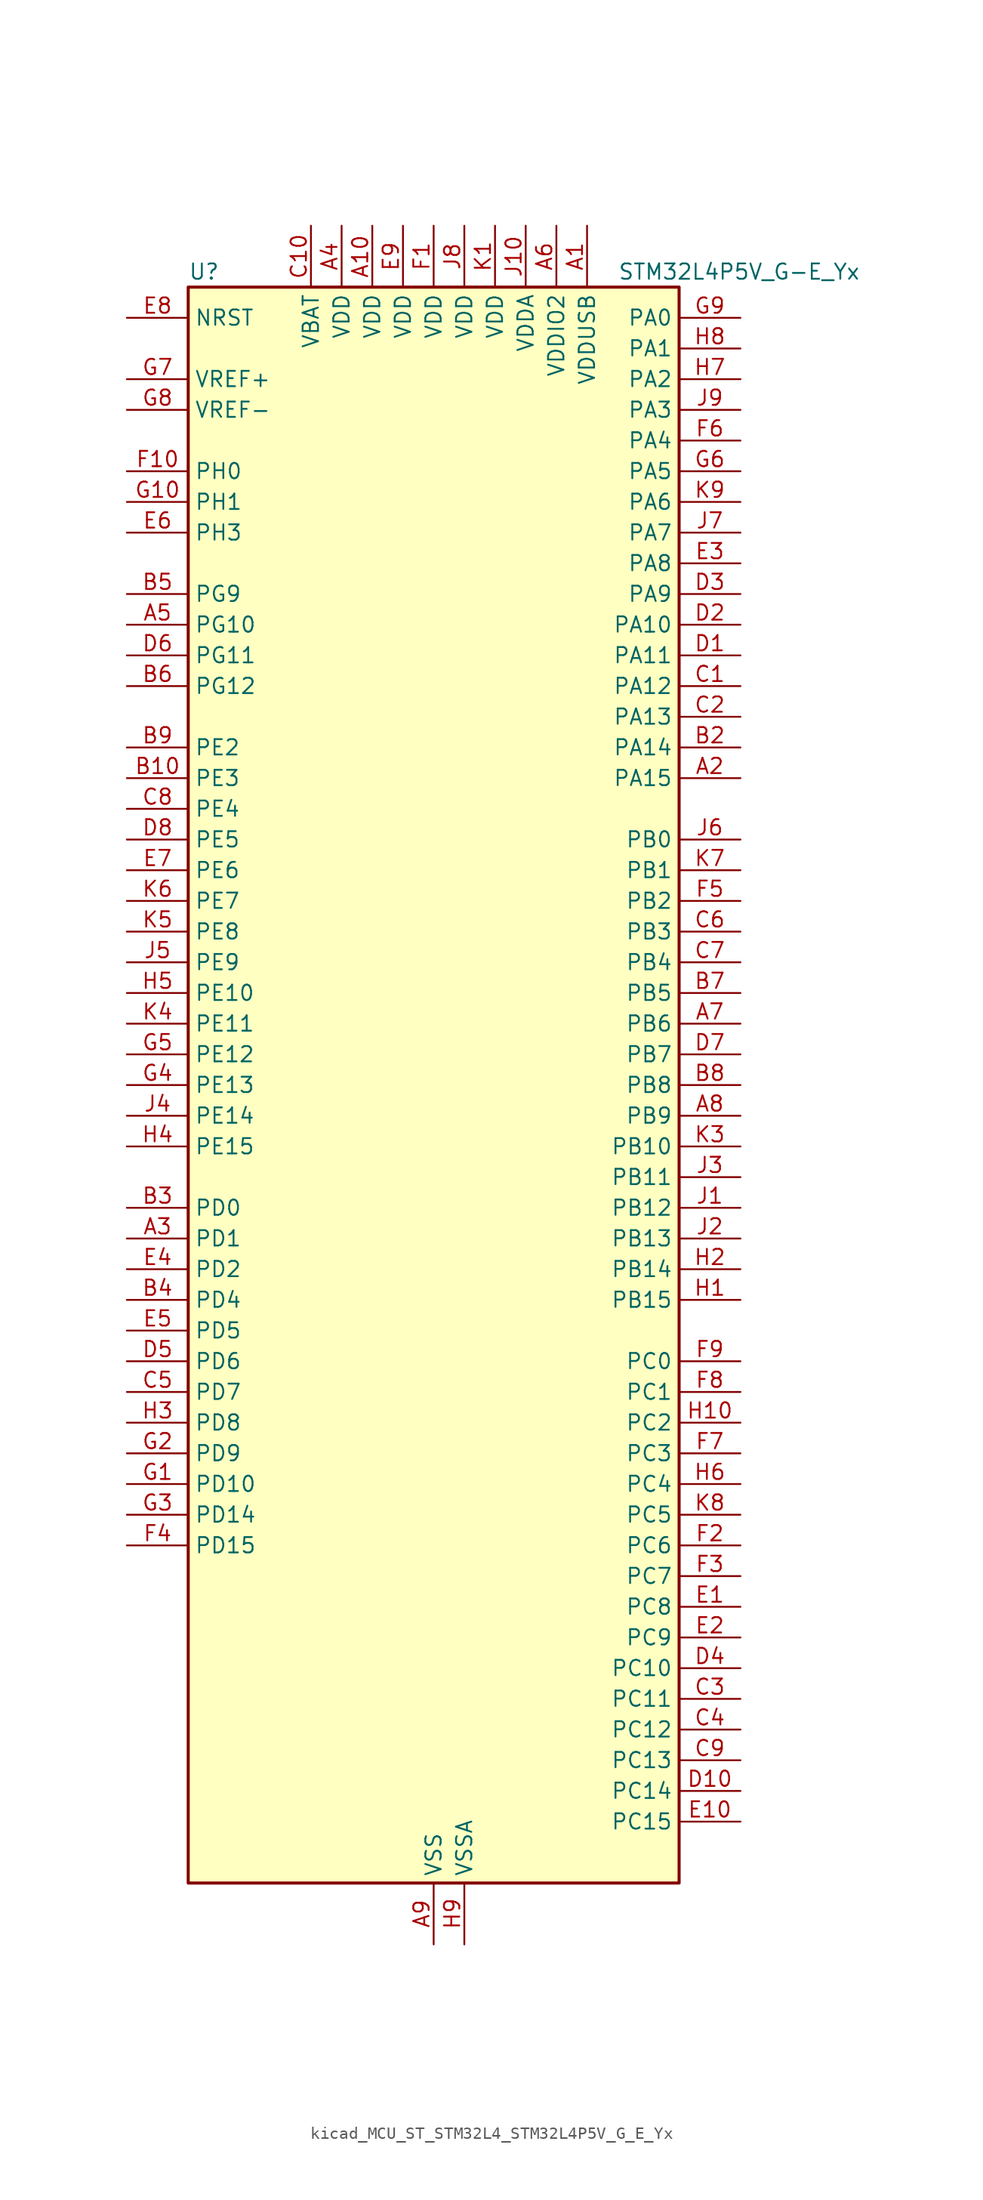
<source format=kicad_sym>
(kicad_symbol_lib
  (version 20220914)
  (generator kicad_symbol_editor)
  (symbol "kicad_MCU_ST_STM32L4_STM32L4P5V_G_E_Yx"
    (property "Reference" "U"
      (at -20.32 67.31 0)
      (effects (font (size 1.27 1.27)) (justify left)))
    (property "Value" "STM32L4P5V_G-E_Yx"
      (at 15.24 67.31 0)
      (effects (font (size 1.27 1.27)) (justify left)))
    (property "ki_locked" ""
      (at 0 0 0)
      (effects (font (size 1.27 1.27))))
    (symbol "kicad_MCU_ST_STM32L4_STM32L4P5V_G_E_Yx_0_1"
      (rectangle (start -20.32 -66.04) (end 20.32 66.04) (stroke (width 0.254) (type default)) (fill (type background))))
    (symbol "kicad_MCU_ST_STM32L4_STM32L4P5V_G_E_Yx_1_1"
      (pin power_in line (at 12.7 71.12 270) (length 5.08) (name "VDDUSB" (effects (font (size 1.27 1.27)))) (number "A1" (effects (font (size 1.27 1.27)))))
      (pin power_in line (at -5.08 71.12 270) (length 5.08) (name "VDD" (effects (font (size 1.27 1.27)))) (number "A10" (effects (font (size 1.27 1.27)))))
      (pin bidirectional line (at 25.4 25.4 180) (length 5.08) (name "PA15" (effects (font (size 1.27 1.27)))) (number "A2" (effects (font (size 1.27 1.27)))) (alternate "ADC1_EXTI15" bidirectional line) (alternate "ADC2_EXTI15" bidirectional line) (alternate "LTDC_HSYNC" bidirectional line) (alternate "SAI2_FS_B" bidirectional line) (alternate "SPI1_NSS" bidirectional line) (alternate "SPI3_NSS" bidirectional line) (alternate "SYS_JTDI" bidirectional line) (alternate "TIM2_CH1" bidirectional line) (alternate "TIM2_ETR" bidirectional line) (alternate "TSC_G3_IO1" bidirectional line) (alternate "UART4_DE" bidirectional line) (alternate "UART4_RTS" bidirectional line) (alternate "USART2_RX" bidirectional line) (alternate "USART3_DE" bidirectional line) (alternate "USART3_RTS" bidirectional line))
      (pin bidirectional line (at -25.4 -12.7 0) (length 5.08) (name "PD1" (effects (font (size 1.27 1.27)))) (number "A3" (effects (font (size 1.27 1.27)))) (alternate "CAN1_TX" bidirectional line) (alternate "FMC_D3" bidirectional line) (alternate "FMC_DA3" bidirectional line) (alternate "LTDC_B5" bidirectional line) (alternate "SPI2_SCK" bidirectional line))
      (pin power_in line (at -7.62 71.12 270) (length 5.08) (name "VDD" (effects (font (size 1.27 1.27)))) (number "A4" (effects (font (size 1.27 1.27)))))
      (pin bidirectional line (at -25.4 38.1 0) (length 5.08) (name "PG10" (effects (font (size 1.27 1.27)))) (number "A5" (effects (font (size 1.27 1.27)))) (alternate "FMC_NE3" bidirectional line) (alternate "LPTIM1_IN1" bidirectional line) (alternate "OCTOSPIM_P2_IO7" bidirectional line) (alternate "SAI2_FS_A" bidirectional line) (alternate "SDMMC2_D1" bidirectional line) (alternate "SPI3_MISO" bidirectional line) (alternate "TIM15_CH1" bidirectional line) (alternate "USART1_RX" bidirectional line))
      (pin power_in line (at 10.16 71.12 270) (length 5.08) (name "VDDIO2" (effects (font (size 1.27 1.27)))) (number "A6" (effects (font (size 1.27 1.27)))))
      (pin bidirectional line (at 25.4 5.08 180) (length 5.08) (name "PB6" (effects (font (size 1.27 1.27)))) (number "A7" (effects (font (size 1.27 1.27)))) (alternate "COMP2_INP" bidirectional line) (alternate "DCMI_D5" bidirectional line) (alternate "I2C1_SCL" bidirectional line) (alternate "I2C4_SCL" bidirectional line) (alternate "LPTIM1_ETR" bidirectional line) (alternate "LTDC_R6" bidirectional line) (alternate "PSSI_D5" bidirectional line) (alternate "SAI1_FS_B" bidirectional line) (alternate "TIM16_CH1N" bidirectional line) (alternate "TIM4_CH1" bidirectional line) (alternate "TIM8_BKIN2" bidirectional line) (alternate "TSC_G2_IO3" bidirectional line) (alternate "USART1_TX" bidirectional line))
      (pin bidirectional line (at 25.4 -2.54 180) (length 5.08) (name "PB9" (effects (font (size 1.27 1.27)))) (number "A8" (effects (font (size 1.27 1.27)))) (alternate "CAN1_TX" bidirectional line) (alternate "DAC1_EXTI9" bidirectional line) (alternate "DCMI_D7" bidirectional line) (alternate "I2C1_SDA" bidirectional line) (alternate "IR_OUT" bidirectional line) (alternate "PSSI_D7" bidirectional line) (alternate "SAI1_D2" bidirectional line) (alternate "SAI1_FS_A" bidirectional line) (alternate "SDMMC1_CDIR" bidirectional line) (alternate "SDMMC1_D5" bidirectional line) (alternate "SDMMC2_D5" bidirectional line) (alternate "SPI2_NSS" bidirectional line) (alternate "TIM17_CH1" bidirectional line) (alternate "TIM4_CH4" bidirectional line))
      (pin power_in line (at 0 -71.12 90) (length 5.08) (name "VSS" (effects (font (size 1.27 1.27)))) (number "A9" (effects (font (size 1.27 1.27)))))
      (pin passive line (at 0 -71.12 90) (length 5.08) hide (name "VSS" (effects (font (size 1.27 1.27)))) (number "B1" (effects (font (size 1.27 1.27)))))
      (pin bidirectional line (at -25.4 25.4 0) (length 5.08) (name "PE3" (effects (font (size 1.27 1.27)))) (number "B10" (effects (font (size 1.27 1.27)))) (alternate "FMC_A19" bidirectional line) (alternate "LTDC_R6" bidirectional line) (alternate "OCTOSPIM_P1_DQS" bidirectional line) (alternate "SAI1_SD_B" bidirectional line) (alternate "SYS_TRACED0" bidirectional line) (alternate "TIM3_CH1" bidirectional line) (alternate "TSC_G7_IO2" bidirectional line))
      (pin bidirectional line (at 25.4 27.94 180) (length 5.08) (name "PA14" (effects (font (size 1.27 1.27)))) (number "B2" (effects (font (size 1.27 1.27)))) (alternate "I2C1_SMBA" bidirectional line) (alternate "I2C4_SMBA" bidirectional line) (alternate "LPTIM1_OUT" bidirectional line) (alternate "SAI1_FS_B" bidirectional line) (alternate "SYS_JTCK-SWCLK" bidirectional line) (alternate "USB_OTG_FS_SOF" bidirectional line))
      (pin bidirectional line (at -25.4 -10.16 0) (length 5.08) (name "PD0" (effects (font (size 1.27 1.27)))) (number "B3" (effects (font (size 1.27 1.27)))) (alternate "CAN1_RX" bidirectional line) (alternate "FMC_D2" bidirectional line) (alternate "FMC_DA2" bidirectional line) (alternate "LTDC_B4" bidirectional line) (alternate "SPI2_NSS" bidirectional line))
      (pin bidirectional line (at -25.4 -17.78 0) (length 5.08) (name "PD4" (effects (font (size 1.27 1.27)))) (number "B4" (effects (font (size 1.27 1.27)))) (alternate "DFSDM1_CKIN0" bidirectional line) (alternate "FMC_NOE" bidirectional line) (alternate "OCTOSPIM_P1_IO4" bidirectional line) (alternate "SDMMC2_CKIN" bidirectional line) (alternate "SPI2_MOSI" bidirectional line) (alternate "USART2_DE" bidirectional line) (alternate "USART2_RTS" bidirectional line))
      (pin bidirectional line (at -25.4 40.64 0) (length 5.08) (name "PG9" (effects (font (size 1.27 1.27)))) (number "B5" (effects (font (size 1.27 1.27)))) (alternate "DAC1_EXTI9" bidirectional line) (alternate "FMC_NCE" bidirectional line) (alternate "FMC_NE2" bidirectional line) (alternate "OCTOSPIM_P2_IO6" bidirectional line) (alternate "SAI2_SCK_A" bidirectional line) (alternate "SDMMC2_D0" bidirectional line) (alternate "SPI3_SCK" bidirectional line) (alternate "TIM15_CH1N" bidirectional line) (alternate "USART1_TX" bidirectional line))
      (pin bidirectional line (at -25.4 33.02 0) (length 5.08) (name "PG12" (effects (font (size 1.27 1.27)))) (number "B6" (effects (font (size 1.27 1.27)))) (alternate "FMC_NE4" bidirectional line) (alternate "LPTIM1_ETR" bidirectional line) (alternate "OCTOSPIM_P2_NCS" bidirectional line) (alternate "SAI2_SD_A" bidirectional line) (alternate "SDMMC2_D3" bidirectional line) (alternate "SPI3_NSS" bidirectional line) (alternate "USART1_DE" bidirectional line) (alternate "USART1_RTS" bidirectional line))
      (pin bidirectional line (at 25.4 7.62 180) (length 5.08) (name "PB5" (effects (font (size 1.27 1.27)))) (number "B7" (effects (font (size 1.27 1.27)))) (alternate "COMP2_OUT" bidirectional line) (alternate "DCMI_D10" bidirectional line) (alternate "I2C1_SMBA" bidirectional line) (alternate "LPTIM1_IN1" bidirectional line) (alternate "OCTOSPIM_P1_IO0" bidirectional line) (alternate "PSSI_D10" bidirectional line) (alternate "SAI1_SD_B" bidirectional line) (alternate "SPI1_MOSI" bidirectional line) (alternate "SPI3_MOSI" bidirectional line) (alternate "TIM16_BKIN" bidirectional line) (alternate "TIM3_CH2" bidirectional line) (alternate "TSC_G2_IO2" bidirectional line) (alternate "UART5_CTS" bidirectional line) (alternate "USART1_CK" bidirectional line))
      (pin bidirectional line (at 25.4 0 180) (length 5.08) (name "PB8" (effects (font (size 1.27 1.27)))) (number "B8" (effects (font (size 1.27 1.27)))) (alternate "CAN1_RX" bidirectional line) (alternate "DCMI_D6" bidirectional line) (alternate "DFSDM1_CKOUT" bidirectional line) (alternate "I2C1_SCL" bidirectional line) (alternate "LTDC_DE" bidirectional line) (alternate "PSSI_D6" bidirectional line) (alternate "SAI1_CK1" bidirectional line) (alternate "SAI1_MCLK_A" bidirectional line) (alternate "SDMMC1_CKIN" bidirectional line) (alternate "SDMMC1_D4" bidirectional line) (alternate "SDMMC2_D4" bidirectional line) (alternate "TIM16_CH1" bidirectional line) (alternate "TIM4_CH3" bidirectional line))
      (pin bidirectional line (at -25.4 27.94 0) (length 5.08) (name "PE2" (effects (font (size 1.27 1.27)))) (number "B9" (effects (font (size 1.27 1.27)))) (alternate "FMC_A23" bidirectional line) (alternate "LTDC_R7" bidirectional line) (alternate "SAI1_CK1" bidirectional line) (alternate "SAI1_MCLK_A" bidirectional line) (alternate "SYS_TRACECLK" bidirectional line) (alternate "TIM3_ETR" bidirectional line) (alternate "TSC_G7_IO1" bidirectional line))
      (pin bidirectional line (at 25.4 33.02 180) (length 5.08) (name "PA12" (effects (font (size 1.27 1.27)))) (number "C1" (effects (font (size 1.27 1.27)))) (alternate "CAN1_TX" bidirectional line) (alternate "LTDC_VSYNC" bidirectional line) (alternate "OCTOSPIM_P2_NCS" bidirectional line) (alternate "SPI1_MOSI" bidirectional line) (alternate "TIM1_ETR" bidirectional line) (alternate "USART1_DE" bidirectional line) (alternate "USART1_RTS" bidirectional line) (alternate "USB_OTG_FS_DP" bidirectional line))
      (pin power_in line (at -10.16 71.12 270) (length 5.08) (name "VBAT" (effects (font (size 1.27 1.27)))) (number "C10" (effects (font (size 1.27 1.27)))))
      (pin bidirectional line (at 25.4 30.48 180) (length 5.08) (name "PA13" (effects (font (size 1.27 1.27)))) (number "C2" (effects (font (size 1.27 1.27)))) (alternate "IR_OUT" bidirectional line) (alternate "SAI1_SD_B" bidirectional line) (alternate "SYS_JTMS-SWDIO" bidirectional line) (alternate "USB_OTG_FS_NOE" bidirectional line))
      (pin bidirectional line (at 25.4 -50.8 180) (length 5.08) (name "PC11" (effects (font (size 1.27 1.27)))) (number "C3" (effects (font (size 1.27 1.27)))) (alternate "ADC1_EXTI11" bidirectional line) (alternate "ADC2_EXTI11" bidirectional line) (alternate "DCMI_D2" bidirectional line) (alternate "DCMI_D4" bidirectional line) (alternate "OCTOSPIM_P1_NCS" bidirectional line) (alternate "PSSI_D2" bidirectional line) (alternate "PSSI_D4" bidirectional line) (alternate "SAI2_MCLK_B" bidirectional line) (alternate "SDMMC1_D3" bidirectional line) (alternate "SPI3_MISO" bidirectional line) (alternate "TSC_G3_IO3" bidirectional line) (alternate "UART4_RX" bidirectional line) (alternate "USART3_RX" bidirectional line))
      (pin bidirectional line (at 25.4 -53.34 180) (length 5.08) (name "PC12" (effects (font (size 1.27 1.27)))) (number "C4" (effects (font (size 1.27 1.27)))) (alternate "DCMI_D9" bidirectional line) (alternate "LTDC_R6" bidirectional line) (alternate "PSSI_D9" bidirectional line) (alternate "SAI2_SD_B" bidirectional line) (alternate "SDMMC1_CK" bidirectional line) (alternate "SPI3_MOSI" bidirectional line) (alternate "SYS_TRACED3" bidirectional line) (alternate "TSC_G3_IO4" bidirectional line) (alternate "UART5_TX" bidirectional line) (alternate "USART3_CK" bidirectional line))
      (pin bidirectional line (at -25.4 -25.4 0) (length 5.08) (name "PD7" (effects (font (size 1.27 1.27)))) (number "C5" (effects (font (size 1.27 1.27)))) (alternate "DFSDM1_CKIN1" bidirectional line) (alternate "FMC_NCE" bidirectional line) (alternate "FMC_NE1" bidirectional line) (alternate "OCTOSPIM_P1_IO7" bidirectional line) (alternate "SDMMC2_CMD" bidirectional line) (alternate "USART2_CK" bidirectional line))
      (pin bidirectional line (at 25.4 12.7 180) (length 5.08) (name "PB3" (effects (font (size 1.27 1.27)))) (number "C6" (effects (font (size 1.27 1.27)))) (alternate "COMP2_INM" bidirectional line) (alternate "CRS_SYNC" bidirectional line) (alternate "OCTOSPIM_P1_IO4" bidirectional line) (alternate "SAI1_SCK_B" bidirectional line) (alternate "SDMMC2_D2" bidirectional line) (alternate "SPI1_SCK" bidirectional line) (alternate "SPI3_SCK" bidirectional line) (alternate "SYS_JTDO-SWO" bidirectional line) (alternate "TIM2_CH2" bidirectional line) (alternate "USART1_DE" bidirectional line) (alternate "USART1_RTS" bidirectional line))
      (pin bidirectional line (at 25.4 10.16 180) (length 5.08) (name "PB4" (effects (font (size 1.27 1.27)))) (number "C7" (effects (font (size 1.27 1.27)))) (alternate "COMP2_INP" bidirectional line) (alternate "DCMI_D12" bidirectional line) (alternate "I2C3_SDA" bidirectional line) (alternate "OCTOSPIM_P1_IO5" bidirectional line) (alternate "PSSI_D12" bidirectional line) (alternate "SAI1_MCLK_B" bidirectional line) (alternate "SDMMC2_D3" bidirectional line) (alternate "SPI1_MISO" bidirectional line) (alternate "SPI3_MISO" bidirectional line) (alternate "SYS_JTRST" bidirectional line) (alternate "TIM17_BKIN" bidirectional line) (alternate "TIM3_CH1" bidirectional line) (alternate "TSC_G2_IO1" bidirectional line) (alternate "UART5_DE" bidirectional line) (alternate "UART5_RTS" bidirectional line) (alternate "USART1_CTS" bidirectional line) (alternate "USART1_NSS" bidirectional line))
      (pin bidirectional line (at -25.4 22.86 0) (length 5.08) (name "PE4" (effects (font (size 1.27 1.27)))) (number "C8" (effects (font (size 1.27 1.27)))) (alternate "DCMI_D4" bidirectional line) (alternate "DFSDM1_DATIN3" bidirectional line) (alternate "FMC_A20" bidirectional line) (alternate "LTDC_B7" bidirectional line) (alternate "PSSI_D4" bidirectional line) (alternate "SAI1_D2" bidirectional line) (alternate "SAI1_FS_A" bidirectional line) (alternate "SYS_TRACED1" bidirectional line) (alternate "TIM3_CH2" bidirectional line) (alternate "TSC_G7_IO3" bidirectional line))
      (pin bidirectional line (at 25.4 -55.88 180) (length 5.08) (name "PC13" (effects (font (size 1.27 1.27)))) (number "C9" (effects (font (size 1.27 1.27)))) (alternate "RTC_OUT1" bidirectional line) (alternate "RTC_TAMP1" bidirectional line) (alternate "RTC_TS" bidirectional line) (alternate "SYS_WKUP2" bidirectional line))
      (pin bidirectional line (at 25.4 35.56 180) (length 5.08) (name "PA11" (effects (font (size 1.27 1.27)))) (number "D1" (effects (font (size 1.27 1.27)))) (alternate "ADC1_EXTI11" bidirectional line) (alternate "ADC2_EXTI11" bidirectional line) (alternate "CAN1_RX" bidirectional line) (alternate "LTDC_DE" bidirectional line) (alternate "SPI1_MISO" bidirectional line) (alternate "TIM1_BKIN2" bidirectional line) (alternate "TIM1_CH4" bidirectional line) (alternate "USART1_CTS" bidirectional line) (alternate "USART1_NSS" bidirectional line) (alternate "USB_OTG_FS_DM" bidirectional line))
      (pin bidirectional line (at 25.4 -58.42 180) (length 5.08) (name "PC14" (effects (font (size 1.27 1.27)))) (number "D10" (effects (font (size 1.27 1.27)))) (alternate "RCC_OSC32_IN" bidirectional line))
      (pin bidirectional line (at 25.4 38.1 180) (length 5.08) (name "PA10" (effects (font (size 1.27 1.27)))) (number "D2" (effects (font (size 1.27 1.27)))) (alternate "DCMI_D1" bidirectional line) (alternate "LTDC_G6" bidirectional line) (alternate "PSSI_D1" bidirectional line) (alternate "SAI1_D1" bidirectional line) (alternate "SAI1_SD_A" bidirectional line) (alternate "TIM17_BKIN" bidirectional line) (alternate "TIM1_CH3" bidirectional line) (alternate "USART1_RX" bidirectional line) (alternate "USB_OTG_FS_ID" bidirectional line))
      (pin bidirectional line (at 25.4 40.64 180) (length 5.08) (name "PA9" (effects (font (size 1.27 1.27)))) (number "D3" (effects (font (size 1.27 1.27)))) (alternate "DAC1_EXTI9" bidirectional line) (alternate "DCMI_D0" bidirectional line) (alternate "LTDC_G7" bidirectional line) (alternate "PSSI_D0" bidirectional line) (alternate "SAI1_FS_A" bidirectional line) (alternate "SPI2_SCK" bidirectional line) (alternate "TIM15_BKIN" bidirectional line) (alternate "TIM1_CH2" bidirectional line) (alternate "USART1_TX" bidirectional line) (alternate "USB_OTG_FS_VBUS" bidirectional line))
      (pin bidirectional line (at 25.4 -48.26 180) (length 5.08) (name "PC10" (effects (font (size 1.27 1.27)))) (number "D4" (effects (font (size 1.27 1.27)))) (alternate "DCMI_D8" bidirectional line) (alternate "DCMI_VSYNC" bidirectional line) (alternate "PSSI_D8" bidirectional line) (alternate "PSSI_RDY" bidirectional line) (alternate "SAI2_SCK_B" bidirectional line) (alternate "SDMMC1_D2" bidirectional line) (alternate "SPI3_SCK" bidirectional line) (alternate "SYS_TRACED1" bidirectional line) (alternate "TSC_G3_IO2" bidirectional line) (alternate "UART4_TX" bidirectional line) (alternate "USART3_TX" bidirectional line))
      (pin bidirectional line (at -25.4 -22.86 0) (length 5.08) (name "PD6" (effects (font (size 1.27 1.27)))) (number "D5" (effects (font (size 1.27 1.27)))) (alternate "DCMI_D10" bidirectional line) (alternate "DFSDM1_DATIN1" bidirectional line) (alternate "FMC_NWAIT" bidirectional line) (alternate "LTDC_DE" bidirectional line) (alternate "OCTOSPIM_P1_IO6" bidirectional line) (alternate "PSSI_D10" bidirectional line) (alternate "SAI1_D1" bidirectional line) (alternate "SAI1_SD_A" bidirectional line) (alternate "SDMMC2_CK" bidirectional line) (alternate "SPI3_MOSI" bidirectional line) (alternate "USART2_RX" bidirectional line))
      (pin bidirectional line (at -25.4 35.56 0) (length 5.08) (name "PG11" (effects (font (size 1.27 1.27)))) (number "D6" (effects (font (size 1.27 1.27)))) (alternate "ADC1_EXTI11" bidirectional line) (alternate "ADC2_EXTI11" bidirectional line) (alternate "LPTIM1_IN2" bidirectional line) (alternate "OCTOSPIM_P1_IO5" bidirectional line) (alternate "SAI2_MCLK_A" bidirectional line) (alternate "SDMMC2_D2" bidirectional line) (alternate "SPI3_MOSI" bidirectional line) (alternate "TIM15_CH2" bidirectional line) (alternate "USART1_CTS" bidirectional line) (alternate "USART1_NSS" bidirectional line))
      (pin bidirectional line (at 25.4 2.54 180) (length 5.08) (name "PB7" (effects (font (size 1.27 1.27)))) (number "D7" (effects (font (size 1.27 1.27)))) (alternate "COMP2_INM" bidirectional line) (alternate "DCMI_VSYNC" bidirectional line) (alternate "FMC_NL" bidirectional line) (alternate "I2C1_SDA" bidirectional line) (alternate "I2C4_SDA" bidirectional line) (alternate "LPTIM1_IN2" bidirectional line) (alternate "LTDC_VSYNC" bidirectional line) (alternate "PSSI_RDY" bidirectional line) (alternate "SYS_PVD_IN" bidirectional line) (alternate "TIM17_CH1N" bidirectional line) (alternate "TIM4_CH2" bidirectional line) (alternate "TIM8_BKIN" bidirectional line) (alternate "TSC_G2_IO4" bidirectional line) (alternate "UART4_CTS" bidirectional line) (alternate "USART1_RX" bidirectional line))
      (pin bidirectional line (at -25.4 20.32 0) (length 5.08) (name "PE5" (effects (font (size 1.27 1.27)))) (number "D8" (effects (font (size 1.27 1.27)))) (alternate "DCMI_D6" bidirectional line) (alternate "DFSDM1_CKIN3" bidirectional line) (alternate "FMC_A21" bidirectional line) (alternate "LTDC_G7" bidirectional line) (alternate "PSSI_D6" bidirectional line) (alternate "SAI1_CK2" bidirectional line) (alternate "SAI1_SCK_A" bidirectional line) (alternate "SYS_TRACED2" bidirectional line) (alternate "TIM3_CH3" bidirectional line) (alternate "TSC_G7_IO4" bidirectional line))
      (pin passive line (at 0 -71.12 90) (length 5.08) hide (name "VSS" (effects (font (size 1.27 1.27)))) (number "D9" (effects (font (size 1.27 1.27)))))
      (pin bidirectional line (at 25.4 -43.18 180) (length 5.08) (name "PC8" (effects (font (size 1.27 1.27)))) (number "E1" (effects (font (size 1.27 1.27)))) (alternate "DCMI_D2" bidirectional line) (alternate "PSSI_D2" bidirectional line) (alternate "SDMMC1_D0" bidirectional line) (alternate "TIM3_CH3" bidirectional line) (alternate "TIM8_CH3" bidirectional line) (alternate "TSC_G4_IO3" bidirectional line))
      (pin bidirectional line (at 25.4 -60.96 180) (length 5.08) (name "PC15" (effects (font (size 1.27 1.27)))) (number "E10" (effects (font (size 1.27 1.27)))) (alternate "ADC1_EXTI15" bidirectional line) (alternate "ADC2_EXTI15" bidirectional line) (alternate "RCC_OSC32_OUT" bidirectional line))
      (pin bidirectional line (at 25.4 -45.72 180) (length 5.08) (name "PC9" (effects (font (size 1.27 1.27)))) (number "E2" (effects (font (size 1.27 1.27)))) (alternate "DAC1_EXTI9" bidirectional line) (alternate "DCMI_D3" bidirectional line) (alternate "I2C3_SDA" bidirectional line) (alternate "PSSI_D3" bidirectional line) (alternate "SAI2_EXTCLK" bidirectional line) (alternate "SDMMC1_D1" bidirectional line) (alternate "SYS_TRACED0" bidirectional line) (alternate "TIM3_CH4" bidirectional line) (alternate "TIM8_BKIN2" bidirectional line) (alternate "TIM8_CH4" bidirectional line) (alternate "TSC_G4_IO4" bidirectional line) (alternate "USB_OTG_FS_NOE" bidirectional line))
      (pin bidirectional line (at 25.4 43.18 180) (length 5.08) (name "PA8" (effects (font (size 1.27 1.27)))) (number "E3" (effects (font (size 1.27 1.27)))) (alternate "LPTIM2_OUT" bidirectional line) (alternate "LTDC_B7" bidirectional line) (alternate "RCC_MCO" bidirectional line) (alternate "SAI1_CK2" bidirectional line) (alternate "SAI1_SCK_A" bidirectional line) (alternate "TIM1_CH1" bidirectional line) (alternate "USART1_CK" bidirectional line) (alternate "USB_OTG_FS_SOF" bidirectional line))
      (pin bidirectional line (at -25.4 -15.24 0) (length 5.08) (name "PD2" (effects (font (size 1.27 1.27)))) (number "E4" (effects (font (size 1.27 1.27)))) (alternate "DCMI_D11" bidirectional line) (alternate "PSSI_D11" bidirectional line) (alternate "SDMMC1_CMD" bidirectional line) (alternate "SYS_TRACED2" bidirectional line) (alternate "TIM3_ETR" bidirectional line) (alternate "TSC_SYNC" bidirectional line) (alternate "UART5_RX" bidirectional line) (alternate "USART3_DE" bidirectional line) (alternate "USART3_RTS" bidirectional line))
      (pin bidirectional line (at -25.4 -20.32 0) (length 5.08) (name "PD5" (effects (font (size 1.27 1.27)))) (number "E5" (effects (font (size 1.27 1.27)))) (alternate "FMC_NWE" bidirectional line) (alternate "OCTOSPIM_P1_IO5" bidirectional line) (alternate "USART2_TX" bidirectional line))
      (pin bidirectional line (at -25.4 45.72 0) (length 5.08) (name "PH3" (effects (font (size 1.27 1.27)))) (number "E6" (effects (font (size 1.27 1.27)))))
      (pin bidirectional line (at -25.4 17.78 0) (length 5.08) (name "PE6" (effects (font (size 1.27 1.27)))) (number "E7" (effects (font (size 1.27 1.27)))) (alternate "DCMI_D7" bidirectional line) (alternate "FMC_A22" bidirectional line) (alternate "LTDC_G6" bidirectional line) (alternate "PSSI_D7" bidirectional line) (alternate "RTC_TAMP3" bidirectional line) (alternate "SAI1_D1" bidirectional line) (alternate "SAI1_SD_A" bidirectional line) (alternate "SYS_TRACED3" bidirectional line) (alternate "SYS_WKUP3" bidirectional line) (alternate "TIM3_CH4" bidirectional line))
      (pin input line (at -25.4 63.5 0) (length 5.08) (name "NRST" (effects (font (size 1.27 1.27)))) (number "E8" (effects (font (size 1.27 1.27)))))
      (pin power_in line (at -2.54 71.12 270) (length 5.08) (name "VDD" (effects (font (size 1.27 1.27)))) (number "E9" (effects (font (size 1.27 1.27)))))
      (pin power_in line (at 0 71.12 270) (length 5.08) (name "VDD" (effects (font (size 1.27 1.27)))) (number "F1" (effects (font (size 1.27 1.27)))))
      (pin bidirectional line (at -25.4 50.8 0) (length 5.08) (name "PH0" (effects (font (size 1.27 1.27)))) (number "F10" (effects (font (size 1.27 1.27)))) (alternate "RCC_OSC_IN" bidirectional line))
      (pin bidirectional line (at 25.4 -38.1 180) (length 5.08) (name "PC6" (effects (font (size 1.27 1.27)))) (number "F2" (effects (font (size 1.27 1.27)))) (alternate "DCMI_D0" bidirectional line) (alternate "DFSDM1_CKIN3" bidirectional line) (alternate "LTDC_G7" bidirectional line) (alternate "PSSI_D0" bidirectional line) (alternate "SAI2_MCLK_A" bidirectional line) (alternate "SDMMC1_D0DIR" bidirectional line) (alternate "SDMMC1_D6" bidirectional line) (alternate "SDMMC2_D6" bidirectional line) (alternate "TIM3_CH1" bidirectional line) (alternate "TIM8_CH1" bidirectional line) (alternate "TSC_G4_IO1" bidirectional line))
      (pin bidirectional line (at 25.4 -40.64 180) (length 5.08) (name "PC7" (effects (font (size 1.27 1.27)))) (number "F3" (effects (font (size 1.27 1.27)))) (alternate "DCMI_D1" bidirectional line) (alternate "DFSDM1_DATIN3" bidirectional line) (alternate "LTDC_B6" bidirectional line) (alternate "PSSI_D1" bidirectional line) (alternate "SAI2_MCLK_B" bidirectional line) (alternate "SDMMC1_D123DIR" bidirectional line) (alternate "SDMMC1_D7" bidirectional line) (alternate "SDMMC2_D7" bidirectional line) (alternate "TIM3_CH2" bidirectional line) (alternate "TIM8_CH2" bidirectional line) (alternate "TSC_G4_IO2" bidirectional line))
      (pin bidirectional line (at -25.4 -38.1 0) (length 5.08) (name "PD15" (effects (font (size 1.27 1.27)))) (number "F4" (effects (font (size 1.27 1.27)))) (alternate "ADC1_EXTI15" bidirectional line) (alternate "ADC2_EXTI15" bidirectional line) (alternate "FMC_D1" bidirectional line) (alternate "FMC_DA1" bidirectional line) (alternate "LTDC_B3" bidirectional line) (alternate "TIM4_CH4" bidirectional line))
      (pin bidirectional line (at 25.4 15.24 180) (length 5.08) (name "PB2" (effects (font (size 1.27 1.27)))) (number "F5" (effects (font (size 1.27 1.27)))) (alternate "COMP1_INP" bidirectional line) (alternate "DFSDM1_CKIN0" bidirectional line) (alternate "I2C3_SMBA" bidirectional line) (alternate "LPTIM1_OUT" bidirectional line) (alternate "OCTOSPIM_P1_DQS" bidirectional line) (alternate "RTC_OUT2" bidirectional line))
      (pin bidirectional line (at 25.4 53.34 180) (length 5.08) (name "PA4" (effects (font (size 1.27 1.27)))) (number "F6" (effects (font (size 1.27 1.27)))) (alternate "ADC1_IN9" bidirectional line) (alternate "ADC2_IN9" bidirectional line) (alternate "DAC1_OUT1" bidirectional line) (alternate "DCMI_HSYNC" bidirectional line) (alternate "LPTIM2_OUT" bidirectional line) (alternate "LTDC_CLK" bidirectional line) (alternate "OCTOSPIM_P1_NCS" bidirectional line) (alternate "PSSI_DE" bidirectional line) (alternate "SAI1_FS_B" bidirectional line) (alternate "SPI1_NSS" bidirectional line) (alternate "SPI3_NSS" bidirectional line) (alternate "USART2_CK" bidirectional line))
      (pin bidirectional line (at 25.4 -30.48 180) (length 5.08) (name "PC3" (effects (font (size 1.27 1.27)))) (number "F7" (effects (font (size 1.27 1.27)))) (alternate "ADC1_IN4" bidirectional line) (alternate "ADC2_IN4" bidirectional line) (alternate "LPTIM1_ETR" bidirectional line) (alternate "LPTIM2_ETR" bidirectional line) (alternate "OCTOSPIM_P1_IO6" bidirectional line) (alternate "SAI1_D1" bidirectional line) (alternate "SAI1_SD_A" bidirectional line) (alternate "SPI2_MOSI" bidirectional line))
      (pin bidirectional line (at 25.4 -25.4 180) (length 5.08) (name "PC1" (effects (font (size 1.27 1.27)))) (number "F8" (effects (font (size 1.27 1.27)))) (alternate "ADC1_IN2" bidirectional line) (alternate "ADC2_IN2" bidirectional line) (alternate "I2C3_SDA" bidirectional line) (alternate "LPTIM1_OUT" bidirectional line) (alternate "LPUART1_TX" bidirectional line) (alternate "OCTOSPIM_P1_IO4" bidirectional line) (alternate "SAI1_SD_A" bidirectional line) (alternate "SPI2_MOSI" bidirectional line) (alternate "SYS_TRACED0" bidirectional line))
      (pin bidirectional line (at 25.4 -22.86 180) (length 5.08) (name "PC0" (effects (font (size 1.27 1.27)))) (number "F9" (effects (font (size 1.27 1.27)))) (alternate "ADC1_IN1" bidirectional line) (alternate "ADC2_IN1" bidirectional line) (alternate "I2C3_SCL" bidirectional line) (alternate "LPTIM1_IN1" bidirectional line) (alternate "LPTIM2_IN1" bidirectional line) (alternate "LPUART1_RX" bidirectional line) (alternate "LTDC_DE" bidirectional line) (alternate "SAI2_FS_A" bidirectional line) (alternate "SDMMC1_CMD" bidirectional line) (alternate "SDMMC2_CKIN" bidirectional line))
      (pin bidirectional line (at -25.4 -33.02 0) (length 5.08) (name "PD10" (effects (font (size 1.27 1.27)))) (number "G1" (effects (font (size 1.27 1.27)))) (alternate "FMC_D15" bidirectional line) (alternate "FMC_DA15" bidirectional line) (alternate "LTDC_R5" bidirectional line) (alternate "SAI2_SCK_A" bidirectional line) (alternate "USART3_CK" bidirectional line))
      (pin bidirectional line (at -25.4 48.26 0) (length 5.08) (name "PH1" (effects (font (size 1.27 1.27)))) (number "G10" (effects (font (size 1.27 1.27)))) (alternate "RCC_OSC_OUT" bidirectional line))
      (pin bidirectional line (at -25.4 -30.48 0) (length 5.08) (name "PD9" (effects (font (size 1.27 1.27)))) (number "G2" (effects (font (size 1.27 1.27)))) (alternate "DAC1_EXTI9" bidirectional line) (alternate "DCMI_PIXCLK" bidirectional line) (alternate "FMC_D14" bidirectional line) (alternate "FMC_DA14" bidirectional line) (alternate "LTDC_R4" bidirectional line) (alternate "PSSI_PDCK" bidirectional line) (alternate "SAI2_MCLK_A" bidirectional line) (alternate "USART3_RX" bidirectional line))
      (pin bidirectional line (at -25.4 -35.56 0) (length 5.08) (name "PD14" (effects (font (size 1.27 1.27)))) (number "G3" (effects (font (size 1.27 1.27)))) (alternate "FMC_D0" bidirectional line) (alternate "FMC_DA0" bidirectional line) (alternate "LTDC_B2" bidirectional line) (alternate "TIM4_CH3" bidirectional line))
      (pin bidirectional line (at -25.4 0 0) (length 5.08) (name "PE13" (effects (font (size 1.27 1.27)))) (number "G4" (effects (font (size 1.27 1.27)))) (alternate "FMC_D10" bidirectional line) (alternate "FMC_DA10" bidirectional line) (alternate "LTDC_G6" bidirectional line) (alternate "OCTOSPIM_P1_IO1" bidirectional line) (alternate "SPI1_SCK" bidirectional line) (alternate "TIM1_CH3" bidirectional line) (alternate "TSC_G5_IO4" bidirectional line))
      (pin bidirectional line (at -25.4 2.54 0) (length 5.08) (name "PE12" (effects (font (size 1.27 1.27)))) (number "G5" (effects (font (size 1.27 1.27)))) (alternate "FMC_D9" bidirectional line) (alternate "FMC_DA9" bidirectional line) (alternate "LTDC_G5" bidirectional line) (alternate "OCTOSPIM_P1_IO0" bidirectional line) (alternate "SPI1_NSS" bidirectional line) (alternate "TIM1_CH3N" bidirectional line) (alternate "TSC_G5_IO3" bidirectional line))
      (pin bidirectional line (at 25.4 50.8 180) (length 5.08) (name "PA5" (effects (font (size 1.27 1.27)))) (number "G6" (effects (font (size 1.27 1.27)))) (alternate "ADC1_IN10" bidirectional line) (alternate "ADC2_IN10" bidirectional line) (alternate "DAC1_OUT2" bidirectional line) (alternate "LPTIM2_ETR" bidirectional line) (alternate "LTDC_R7" bidirectional line) (alternate "PSSI_D14" bidirectional line) (alternate "SPI1_SCK" bidirectional line) (alternate "TIM2_CH1" bidirectional line) (alternate "TIM2_ETR" bidirectional line) (alternate "TIM8_CH1N" bidirectional line))
      (pin input line (at -25.4 58.42 0) (length 5.08) (name "VREF+" (effects (font (size 1.27 1.27)))) (number "G7" (effects (font (size 1.27 1.27)))) (alternate "VREFBUF_OUT" bidirectional line))
      (pin input line (at -25.4 55.88 0) (length 5.08) (name "VREF-" (effects (font (size 1.27 1.27)))) (number "G8" (effects (font (size 1.27 1.27)))))
      (pin bidirectional line (at 25.4 63.5 180) (length 5.08) (name "PA0" (effects (font (size 1.27 1.27)))) (number "G9" (effects (font (size 1.27 1.27)))) (alternate "ADC1_IN5" bidirectional line) (alternate "ADC2_IN5" bidirectional line) (alternate "OPAMP1_VINP" bidirectional line) (alternate "RTC_TAMP2" bidirectional line) (alternate "SAI1_EXTCLK" bidirectional line) (alternate "SYS_WKUP1" bidirectional line) (alternate "TIM2_CH1" bidirectional line) (alternate "TIM2_ETR" bidirectional line) (alternate "TIM5_CH1" bidirectional line) (alternate "TIM8_ETR" bidirectional line) (alternate "UART4_TX" bidirectional line) (alternate "USART2_CTS" bidirectional line) (alternate "USART2_NSS" bidirectional line))
      (pin bidirectional line (at 25.4 -17.78 180) (length 5.08) (name "PB15" (effects (font (size 1.27 1.27)))) (number "H1" (effects (font (size 1.27 1.27)))) (alternate "ADC1_EXTI15" bidirectional line) (alternate "ADC2_EXTI15" bidirectional line) (alternate "DFSDM1_CKIN2" bidirectional line) (alternate "OCTOSPIM_P1_IO7" bidirectional line) (alternate "RTC_REFIN" bidirectional line) (alternate "SAI2_SD_A" bidirectional line) (alternate "SDMMC2_D1" bidirectional line) (alternate "SPI2_MOSI" bidirectional line) (alternate "TIM15_CH2" bidirectional line) (alternate "TIM1_CH3N" bidirectional line) (alternate "TIM8_CH3N" bidirectional line) (alternate "TSC_G1_IO4" bidirectional line))
      (pin bidirectional line (at 25.4 -27.94 180) (length 5.08) (name "PC2" (effects (font (size 1.27 1.27)))) (number "H10" (effects (font (size 1.27 1.27)))) (alternate "ADC1_IN3" bidirectional line) (alternate "ADC2_IN3" bidirectional line) (alternate "DFSDM1_CKOUT" bidirectional line) (alternate "LPTIM1_IN2" bidirectional line) (alternate "LTDC_HSYNC" bidirectional line) (alternate "OCTOSPIM_P1_IO5" bidirectional line) (alternate "SPI2_MISO" bidirectional line))
      (pin bidirectional line (at 25.4 -15.24 180) (length 5.08) (name "PB14" (effects (font (size 1.27 1.27)))) (number "H2" (effects (font (size 1.27 1.27)))) (alternate "DFSDM1_DATIN2" bidirectional line) (alternate "I2C2_SDA" bidirectional line) (alternate "OCTOSPIM_P1_IO6" bidirectional line) (alternate "SAI2_MCLK_A" bidirectional line) (alternate "SDMMC2_D0" bidirectional line) (alternate "SPI2_MISO" bidirectional line) (alternate "TIM15_CH1" bidirectional line) (alternate "TIM1_CH2N" bidirectional line) (alternate "TIM8_CH2N" bidirectional line) (alternate "TSC_G1_IO3" bidirectional line) (alternate "USART3_DE" bidirectional line) (alternate "USART3_RTS" bidirectional line))
      (pin bidirectional line (at -25.4 -27.94 0) (length 5.08) (name "PD8" (effects (font (size 1.27 1.27)))) (number "H3" (effects (font (size 1.27 1.27)))) (alternate "DCMI_HSYNC" bidirectional line) (alternate "FMC_D13" bidirectional line) (alternate "FMC_DA13" bidirectional line) (alternate "LTDC_R3" bidirectional line) (alternate "PSSI_DE" bidirectional line) (alternate "USART3_TX" bidirectional line))
      (pin bidirectional line (at -25.4 -5.08 0) (length 5.08) (name "PE15" (effects (font (size 1.27 1.27)))) (number "H4" (effects (font (size 1.27 1.27)))) (alternate "ADC1_EXTI15" bidirectional line) (alternate "ADC2_EXTI15" bidirectional line) (alternate "FMC_D12" bidirectional line) (alternate "FMC_DA12" bidirectional line) (alternate "LTDC_R2" bidirectional line) (alternate "OCTOSPIM_P1_IO3" bidirectional line) (alternate "SPI1_MOSI" bidirectional line) (alternate "TIM1_BKIN" bidirectional line))
      (pin bidirectional line (at -25.4 7.62 0) (length 5.08) (name "PE10" (effects (font (size 1.27 1.27)))) (number "H5" (effects (font (size 1.27 1.27)))) (alternate "FMC_D7" bidirectional line) (alternate "FMC_DA7" bidirectional line) (alternate "LTDC_G3" bidirectional line) (alternate "OCTOSPIM_P1_CLK" bidirectional line) (alternate "SAI1_MCLK_B" bidirectional line) (alternate "TIM1_CH2N" bidirectional line) (alternate "TSC_G5_IO1" bidirectional line))
      (pin bidirectional line (at 25.4 -33.02 180) (length 5.08) (name "PC4" (effects (font (size 1.27 1.27)))) (number "H6" (effects (font (size 1.27 1.27)))) (alternate "ADC1_IN13" bidirectional line) (alternate "ADC2_IN13" bidirectional line) (alternate "COMP1_INM" bidirectional line) (alternate "OCTOSPIM_P1_IO7" bidirectional line) (alternate "OCTOSPIM_P2_NCS" bidirectional line) (alternate "USART3_TX" bidirectional line))
      (pin bidirectional line (at 25.4 58.42 180) (length 5.08) (name "PA2" (effects (font (size 1.27 1.27)))) (number "H7" (effects (font (size 1.27 1.27)))) (alternate "ADC1_IN7" bidirectional line) (alternate "ADC2_IN7" bidirectional line) (alternate "LPUART1_TX" bidirectional line) (alternate "OCTOSPIM_P1_NCS" bidirectional line) (alternate "RCC_LSCO" bidirectional line) (alternate "SAI2_EXTCLK" bidirectional line) (alternate "SYS_WKUP4" bidirectional line) (alternate "TIM15_CH1" bidirectional line) (alternate "TIM2_CH3" bidirectional line) (alternate "TIM5_CH3" bidirectional line) (alternate "USART2_TX" bidirectional line))
      (pin bidirectional line (at 25.4 60.96 180) (length 5.08) (name "PA1" (effects (font (size 1.27 1.27)))) (number "H8" (effects (font (size 1.27 1.27)))) (alternate "ADC1_IN6" bidirectional line) (alternate "ADC2_IN6" bidirectional line) (alternate "I2C1_SMBA" bidirectional line) (alternate "OCTOSPIM_P1_DQS" bidirectional line) (alternate "OPAMP1_VINM" bidirectional line) (alternate "SDMMC2_CMD" bidirectional line) (alternate "SPI1_SCK" bidirectional line) (alternate "TIM15_CH1N" bidirectional line) (alternate "TIM2_CH2" bidirectional line) (alternate "TIM5_CH2" bidirectional line) (alternate "UART4_RX" bidirectional line) (alternate "USART2_DE" bidirectional line) (alternate "USART2_RTS" bidirectional line))
      (pin power_in line (at 2.54 -71.12 90) (length 5.08) (name "VSSA" (effects (font (size 1.27 1.27)))) (number "H9" (effects (font (size 1.27 1.27)))))
      (pin bidirectional line (at 25.4 -10.16 180) (length 5.08) (name "PB12" (effects (font (size 1.27 1.27)))) (number "J1" (effects (font (size 1.27 1.27)))) (alternate "DFSDM1_DATIN1" bidirectional line) (alternate "I2C2_SMBA" bidirectional line) (alternate "LPUART1_DE" bidirectional line) (alternate "LPUART1_RTS" bidirectional line) (alternate "OCTOSPIM_P1_NCLK" bidirectional line) (alternate "SAI2_FS_A" bidirectional line) (alternate "SDMMC2_CK" bidirectional line) (alternate "SPI2_NSS" bidirectional line) (alternate "TIM15_BKIN" bidirectional line) (alternate "TIM1_BKIN" bidirectional line) (alternate "TSC_G1_IO1" bidirectional line) (alternate "USART3_CK" bidirectional line))
      (pin power_in line (at 7.62 71.12 270) (length 5.08) (name "VDDA" (effects (font (size 1.27 1.27)))) (number "J10" (effects (font (size 1.27 1.27)))))
      (pin bidirectional line (at 25.4 -12.7 180) (length 5.08) (name "PB13" (effects (font (size 1.27 1.27)))) (number "J2" (effects (font (size 1.27 1.27)))) (alternate "DFSDM1_CKIN1" bidirectional line) (alternate "I2C2_SCL" bidirectional line) (alternate "LPUART1_CTS" bidirectional line) (alternate "OCTOSPIM_P1_IO1" bidirectional line) (alternate "SAI2_SCK_A" bidirectional line) (alternate "SPI2_SCK" bidirectional line) (alternate "TIM15_CH1N" bidirectional line) (alternate "TIM1_CH1N" bidirectional line) (alternate "TSC_G1_IO2" bidirectional line) (alternate "USART3_CTS" bidirectional line) (alternate "USART3_NSS" bidirectional line))
      (pin bidirectional line (at 25.4 -7.62 180) (length 5.08) (name "PB11" (effects (font (size 1.27 1.27)))) (number "J3" (effects (font (size 1.27 1.27)))) (alternate "ADC1_EXTI11" bidirectional line) (alternate "ADC2_EXTI11" bidirectional line) (alternate "COMP2_OUT" bidirectional line) (alternate "I2C2_SDA" bidirectional line) (alternate "I2C4_SDA" bidirectional line) (alternate "LPUART1_TX" bidirectional line) (alternate "LTDC_VSYNC" bidirectional line) (alternate "OCTOSPIM_P1_NCS" bidirectional line) (alternate "TIM2_CH4" bidirectional line) (alternate "USART3_RX" bidirectional line))
      (pin bidirectional line (at -25.4 -2.54 0) (length 5.08) (name "PE14" (effects (font (size 1.27 1.27)))) (number "J4" (effects (font (size 1.27 1.27)))) (alternate "FMC_D11" bidirectional line) (alternate "FMC_DA11" bidirectional line) (alternate "LTDC_G7" bidirectional line) (alternate "OCTOSPIM_P1_IO2" bidirectional line) (alternate "SPI1_MISO" bidirectional line) (alternate "TIM1_BKIN2" bidirectional line) (alternate "TIM1_CH4" bidirectional line))
      (pin bidirectional line (at -25.4 10.16 0) (length 5.08) (name "PE9" (effects (font (size 1.27 1.27)))) (number "J5" (effects (font (size 1.27 1.27)))) (alternate "DAC1_EXTI9" bidirectional line) (alternate "DFSDM1_CKOUT" bidirectional line) (alternate "FMC_D6" bidirectional line) (alternate "FMC_DA6" bidirectional line) (alternate "LTDC_G2" bidirectional line) (alternate "OCTOSPIM_P1_NCLK" bidirectional line) (alternate "SAI1_FS_B" bidirectional line) (alternate "TIM1_CH1" bidirectional line))
      (pin bidirectional line (at 25.4 20.32 180) (length 5.08) (name "PB0" (effects (font (size 1.27 1.27)))) (number "J6" (effects (font (size 1.27 1.27)))) (alternate "ADC1_IN15" bidirectional line) (alternate "ADC2_IN15" bidirectional line) (alternate "COMP1_OUT" bidirectional line) (alternate "LTDC_B6" bidirectional line) (alternate "OCTOSPIM_P1_IO1" bidirectional line) (alternate "OPAMP2_VOUT" bidirectional line) (alternate "SAI1_EXTCLK" bidirectional line) (alternate "SPI1_NSS" bidirectional line) (alternate "TIM1_CH2N" bidirectional line) (alternate "TIM3_CH3" bidirectional line) (alternate "TIM8_CH2N" bidirectional line) (alternate "USART3_CK" bidirectional line))
      (pin bidirectional line (at 25.4 45.72 180) (length 5.08) (name "PA7" (effects (font (size 1.27 1.27)))) (number "J7" (effects (font (size 1.27 1.27)))) (alternate "ADC1_IN12" bidirectional line) (alternate "ADC2_IN12" bidirectional line) (alternate "I2C3_SCL" bidirectional line) (alternate "OCTOSPIM_P1_IO2" bidirectional line) (alternate "OPAMP2_VINM" bidirectional line) (alternate "SPI1_MOSI" bidirectional line) (alternate "TIM17_CH1" bidirectional line) (alternate "TIM1_CH1N" bidirectional line) (alternate "TIM3_CH2" bidirectional line) (alternate "TIM8_CH1N" bidirectional line))
      (pin power_in line (at 2.54 71.12 270) (length 5.08) (name "VDD" (effects (font (size 1.27 1.27)))) (number "J8" (effects (font (size 1.27 1.27)))))
      (pin bidirectional line (at 25.4 55.88 180) (length 5.08) (name "PA3" (effects (font (size 1.27 1.27)))) (number "J9" (effects (font (size 1.27 1.27)))) (alternate "ADC1_IN8" bidirectional line) (alternate "ADC2_IN8" bidirectional line) (alternate "LPUART1_RX" bidirectional line) (alternate "OCTOSPIM_P1_CLK" bidirectional line) (alternate "OPAMP1_VOUT" bidirectional line) (alternate "SAI1_CK1" bidirectional line) (alternate "SAI1_MCLK_A" bidirectional line) (alternate "TIM15_CH2" bidirectional line) (alternate "TIM2_CH4" bidirectional line) (alternate "TIM5_CH4" bidirectional line) (alternate "USART2_RX" bidirectional line))
      (pin power_in line (at 5.08 71.12 270) (length 5.08) (name "VDD" (effects (font (size 1.27 1.27)))) (number "K1" (effects (font (size 1.27 1.27)))))
      (pin passive line (at 0 -71.12 90) (length 5.08) hide (name "VSS" (effects (font (size 1.27 1.27)))) (number "K10" (effects (font (size 1.27 1.27)))))
      (pin passive line (at 0 -71.12 90) (length 5.08) hide (name "VSS" (effects (font (size 1.27 1.27)))) (number "K2" (effects (font (size 1.27 1.27)))))
      (pin bidirectional line (at 25.4 -5.08 180) (length 5.08) (name "PB10" (effects (font (size 1.27 1.27)))) (number "K3" (effects (font (size 1.27 1.27)))) (alternate "COMP1_OUT" bidirectional line) (alternate "I2C2_SCL" bidirectional line) (alternate "I2C4_SCL" bidirectional line) (alternate "LPUART1_RX" bidirectional line) (alternate "OCTOSPIM_P1_CLK" bidirectional line) (alternate "OCTOSPIM_P1_IO3" bidirectional line) (alternate "SAI1_SCK_A" bidirectional line) (alternate "SPI2_SCK" bidirectional line) (alternate "TIM2_CH3" bidirectional line) (alternate "TSC_SYNC" bidirectional line) (alternate "USART3_TX" bidirectional line))
      (pin bidirectional line (at -25.4 5.08 0) (length 5.08) (name "PE11" (effects (font (size 1.27 1.27)))) (number "K4" (effects (font (size 1.27 1.27)))) (alternate "ADC1_EXTI11" bidirectional line) (alternate "ADC2_EXTI11" bidirectional line) (alternate "FMC_D8" bidirectional line) (alternate "FMC_DA8" bidirectional line) (alternate "LTDC_G4" bidirectional line) (alternate "OCTOSPIM_P1_NCS" bidirectional line) (alternate "TIM1_CH2" bidirectional line) (alternate "TSC_G5_IO2" bidirectional line))
      (pin bidirectional line (at -25.4 12.7 0) (length 5.08) (name "PE8" (effects (font (size 1.27 1.27)))) (number "K5" (effects (font (size 1.27 1.27)))) (alternate "DFSDM1_CKIN2" bidirectional line) (alternate "FMC_D5" bidirectional line) (alternate "FMC_DA5" bidirectional line) (alternate "LTDC_B7" bidirectional line) (alternate "SAI1_SCK_B" bidirectional line) (alternate "TIM1_CH1N" bidirectional line))
      (pin bidirectional line (at -25.4 15.24 0) (length 5.08) (name "PE7" (effects (font (size 1.27 1.27)))) (number "K6" (effects (font (size 1.27 1.27)))) (alternate "DFSDM1_DATIN2" bidirectional line) (alternate "FMC_D4" bidirectional line) (alternate "FMC_DA4" bidirectional line) (alternate "LTDC_B6" bidirectional line) (alternate "SAI1_SD_B" bidirectional line) (alternate "TIM1_ETR" bidirectional line))
      (pin bidirectional line (at 25.4 17.78 180) (length 5.08) (name "PB1" (effects (font (size 1.27 1.27)))) (number "K7" (effects (font (size 1.27 1.27)))) (alternate "ADC1_IN16" bidirectional line) (alternate "ADC2_IN16" bidirectional line) (alternate "COMP1_INM" bidirectional line) (alternate "DFSDM1_DATIN0" bidirectional line) (alternate "LPTIM2_IN1" bidirectional line) (alternate "LPUART1_DE" bidirectional line) (alternate "LPUART1_RTS" bidirectional line) (alternate "LTDC_G6" bidirectional line) (alternate "OCTOSPIM_P1_IO0" bidirectional line) (alternate "TIM1_CH3N" bidirectional line) (alternate "TIM3_CH4" bidirectional line) (alternate "TIM8_CH3N" bidirectional line) (alternate "USART3_DE" bidirectional line) (alternate "USART3_RTS" bidirectional line))
      (pin bidirectional line (at 25.4 -35.56 180) (length 5.08) (name "PC5" (effects (font (size 1.27 1.27)))) (number "K8" (effects (font (size 1.27 1.27)))) (alternate "ADC1_IN14" bidirectional line) (alternate "ADC2_IN14" bidirectional line) (alternate "COMP1_INP" bidirectional line) (alternate "LTDC_CLK" bidirectional line) (alternate "PSSI_D15" bidirectional line) (alternate "SAI1_D3" bidirectional line) (alternate "SYS_WKUP5" bidirectional line) (alternate "USART3_RX" bidirectional line))
      (pin bidirectional line (at 25.4 48.26 180) (length 5.08) (name "PA6" (effects (font (size 1.27 1.27)))) (number "K9" (effects (font (size 1.27 1.27)))) (alternate "ADC1_IN11" bidirectional line) (alternate "ADC2_IN11" bidirectional line) (alternate "DCMI_PIXCLK" bidirectional line) (alternate "LPUART1_CTS" bidirectional line) (alternate "OCTOSPIM_P1_IO3" bidirectional line) (alternate "OPAMP2_VINP" bidirectional line) (alternate "PSSI_PDCK" bidirectional line) (alternate "SPI1_MISO" bidirectional line) (alternate "TIM16_CH1" bidirectional line) (alternate "TIM1_BKIN" bidirectional line) (alternate "TIM3_CH1" bidirectional line) (alternate "TIM8_BKIN" bidirectional line) (alternate "USART3_CTS" bidirectional line) (alternate "USART3_NSS" bidirectional line)))))
</source>
